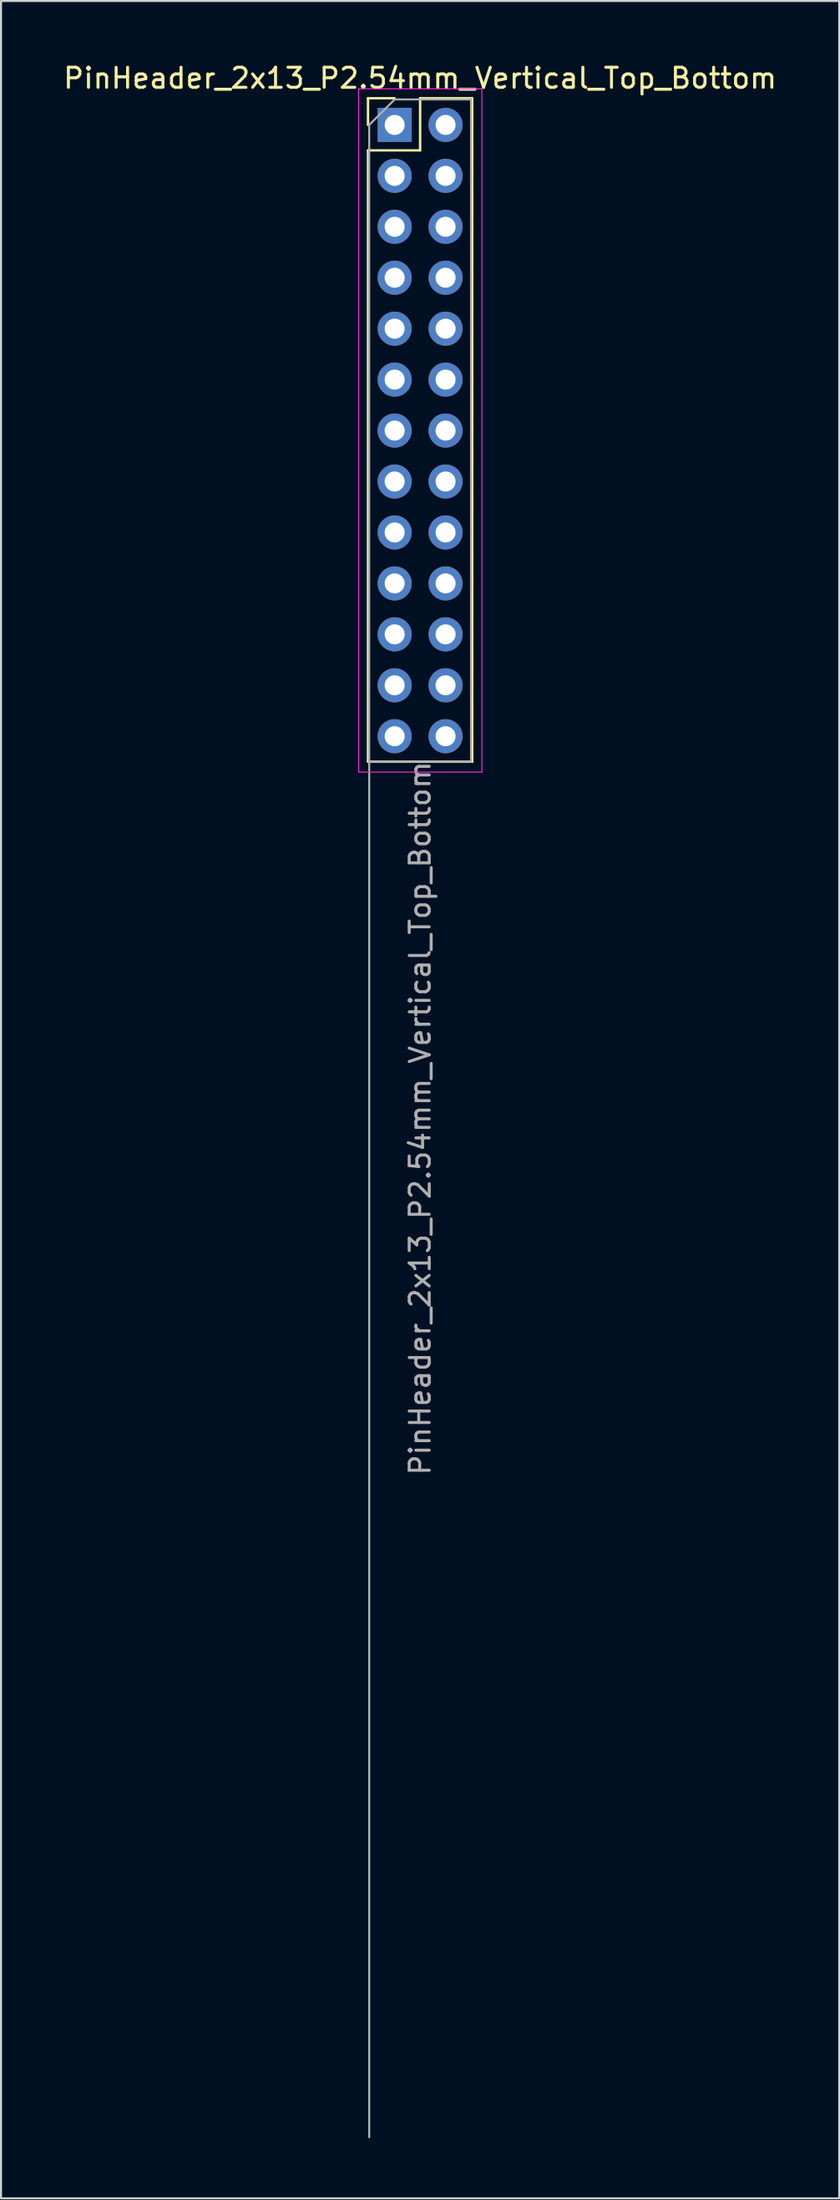
<source format=kicad_pcb>
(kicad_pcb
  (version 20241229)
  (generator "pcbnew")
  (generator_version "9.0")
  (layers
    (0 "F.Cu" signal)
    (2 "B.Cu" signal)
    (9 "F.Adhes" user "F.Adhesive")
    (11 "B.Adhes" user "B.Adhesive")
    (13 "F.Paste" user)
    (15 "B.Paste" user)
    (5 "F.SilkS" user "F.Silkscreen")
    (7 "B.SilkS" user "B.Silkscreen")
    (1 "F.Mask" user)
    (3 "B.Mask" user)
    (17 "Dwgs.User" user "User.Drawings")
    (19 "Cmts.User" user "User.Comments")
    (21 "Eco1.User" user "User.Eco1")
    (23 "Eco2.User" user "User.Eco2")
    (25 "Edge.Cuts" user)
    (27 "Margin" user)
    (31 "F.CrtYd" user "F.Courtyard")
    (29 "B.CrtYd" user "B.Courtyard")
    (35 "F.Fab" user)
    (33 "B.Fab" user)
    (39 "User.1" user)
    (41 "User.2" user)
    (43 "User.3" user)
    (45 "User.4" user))
  (footprint "PinHeader_2x13_P2.54mm_Vertical_Top_Bottom"
    (layer "F.Cu")
    (at 16.641 3.178)
    (property "Reference" "PinHeader_2x13_P2.54mm_Vertical_Top_Bottom" (at 1.27 -2.33 0) (layer "F.SilkS") (effects (font (size 1 1) (thickness 0.15))))
    (attr through_hole)
    (fp_line (start -1.33 -1.33) (end 0 -1.33) (stroke (width 0.12) (type solid)) (layer "F.SilkS"))
    (fp_line (start -1.33 0) (end -1.33 -1.33) (stroke (width 0.12) (type solid)) (layer "F.SilkS"))
    (fp_line (start -1.33 1.27) (end -1.33 31.75) (stroke (width 0.12) (type solid)) (layer "F.SilkS"))
    (fp_line (start -1.33 1.27) (end 1.27 1.27) (stroke (width 0.12) (type solid)) (layer "F.SilkS"))
    (fp_line (start -1.33 31.75) (end 3.87 31.75) (stroke (width 0.12) (type solid)) (layer "F.SilkS"))
    (fp_line (start 1.27 -1.33) (end 3.87 -1.33) (stroke (width 0.12) (type solid)) (layer "F.SilkS"))
    (fp_line (start 1.27 1.27) (end 1.27 -1.33) (stroke (width 0.12) (type solid)) (layer "F.SilkS"))
    (fp_line (start 3.87 -1.33) (end 3.87 31.75) (stroke (width 0.12) (type solid)) (layer "F.SilkS"))
    (fp_line (start -1.8 -1.8) (end -1.8 32.27) (stroke (width 0.05) (type solid)) (layer "F.CrtYd"))
    (fp_line (start -1.8 32.27) (end 4.35 32.27) (stroke (width 0.05) (type solid)) (layer "F.CrtYd"))
    (fp_line (start 4.35 -1.8) (end -1.8 -1.8) (stroke (width 0.05) (type solid)) (layer "F.CrtYd"))
    (fp_line (start 4.35 32.27) (end 4.35 -1.8) (stroke (width 0.05) (type solid)) (layer "F.CrtYd"))
    (fp_line (start -1.27 0) (end 0 -1.27) (stroke (width 0.1) (type solid)) (layer "F.Fab"))
    (fp_line (start -1.27 100.33) (end -1.27 0) (stroke (width 0.1) (type solid)) (layer "F.Fab"))
    (fp_line (start 0 -1.27) (end 3.81 -1.27) (stroke (width 0.1) (type solid)) (layer "F.Fab"))
    (fp_line (start 3.81 -1.27) (end 3.81 31.75) (stroke (width 0.1) (type solid)) (layer "F.Fab"))
    (fp_line (start 3.81 31.75) (end -1.27 31.75) (stroke (width 0.1) (type solid)) (layer "F.Fab"))
    (fp_text user "${REFERENCE}" (at 1.27 49.53 90) (layer "F.Fab") (effects (font (size 1 1) (thickness 0.15))))
    (pad "1" thru_hole rect (at 0 0) (size 1.7 1.7) (drill 1) (layers "*.Cu" "*.Mask"))
    (pad "2" thru_hole oval (at 0 2.54) (size 1.7 1.7) (drill 1) (layers "*.Cu" "*.Mask"))
    (pad "3" thru_hole oval (at 0 5.08) (size 1.7 1.7) (drill 1) (layers "*.Cu" "*.Mask"))
    (pad "4" thru_hole oval (at 0 7.62) (size 1.7 1.7) (drill 1) (layers "*.Cu" "*.Mask"))
    (pad "5" thru_hole oval (at 0 10.16) (size 1.7 1.7) (drill 1) (layers "*.Cu" "*.Mask"))
    (pad "6" thru_hole oval (at 0 12.7) (size 1.7 1.7) (drill 1) (layers "*.Cu" "*.Mask"))
    (pad "7" thru_hole oval (at 0 15.24) (size 1.7 1.7) (drill 1) (layers "*.Cu" "*.Mask"))
    (pad "8" thru_hole oval (at 0 17.78) (size 1.7 1.7) (drill 1) (layers "*.Cu" "*.Mask"))
    (pad "9" thru_hole oval (at 0 20.32) (size 1.7 1.7) (drill 1) (layers "*.Cu" "*.Mask"))
    (pad "10" thru_hole oval (at 0 22.86) (size 1.7 1.7) (drill 1) (layers "*.Cu" "*.Mask"))
    (pad "11" thru_hole oval (at 0 25.4) (size 1.7 1.7) (drill 1) (layers "*.Cu" "*.Mask"))
    (pad "12" thru_hole oval (at 0 27.94) (size 1.7 1.7) (drill 1) (layers "*.Cu" "*.Mask"))
    (pad "13" thru_hole oval (at 0 30.48) (size 1.7 1.7) (drill 1) (layers "*.Cu" "*.Mask"))
    (pad "14" thru_hole oval (at 2.54 0) (size 1.7 1.7) (drill 1) (layers "*.Cu" "*.Mask"))
    (pad "15" thru_hole oval (at 2.54 2.54) (size 1.7 1.7) (drill 1) (layers "*.Cu" "*.Mask"))
    (pad "16" thru_hole oval (at 2.54 5.08) (size 1.7 1.7) (drill 1) (layers "*.Cu" "*.Mask"))
    (pad "17" thru_hole oval (at 2.54 7.62) (size 1.7 1.7) (drill 1) (layers "*.Cu" "*.Mask"))
    (pad "18" thru_hole oval (at 2.54 10.16) (size 1.7 1.7) (drill 1) (layers "*.Cu" "*.Mask"))
    (pad "19" thru_hole oval (at 2.54 12.7) (size 1.7 1.7) (drill 1) (layers "*.Cu" "*.Mask"))
    (pad "20" thru_hole oval (at 2.54 15.24) (size 1.7 1.7) (drill 1) (layers "*.Cu" "*.Mask"))
    (pad "21" thru_hole oval (at 2.54 17.78) (size 1.7 1.7) (drill 1) (layers "*.Cu" "*.Mask"))
    (pad "22" thru_hole oval (at 2.54 20.32) (size 1.7 1.7) (drill 1) (layers "*.Cu" "*.Mask"))
    (pad "23" thru_hole oval (at 2.54 22.86) (size 1.7 1.7) (drill 1) (layers "*.Cu" "*.Mask"))
    (pad "24" thru_hole oval (at 2.54 25.4) (size 1.7 1.7) (drill 1) (layers "*.Cu" "*.Mask"))
    (pad "25" thru_hole oval (at 2.54 27.94) (size 1.7 1.7) (drill 1) (layers "*.Cu" "*.Mask"))
    (pad "26" thru_hole oval (at 2.54 30.48) (size 1.7 1.7) (drill 1) (layers "*.Cu" "*.Mask")))
  (gr_rect
    (start -3 -3)
    (end 38.821 106.558)
    (stroke (width 0.1) (type default))
    (fill no)
    (layer "Edge.Cuts")))
</source>
